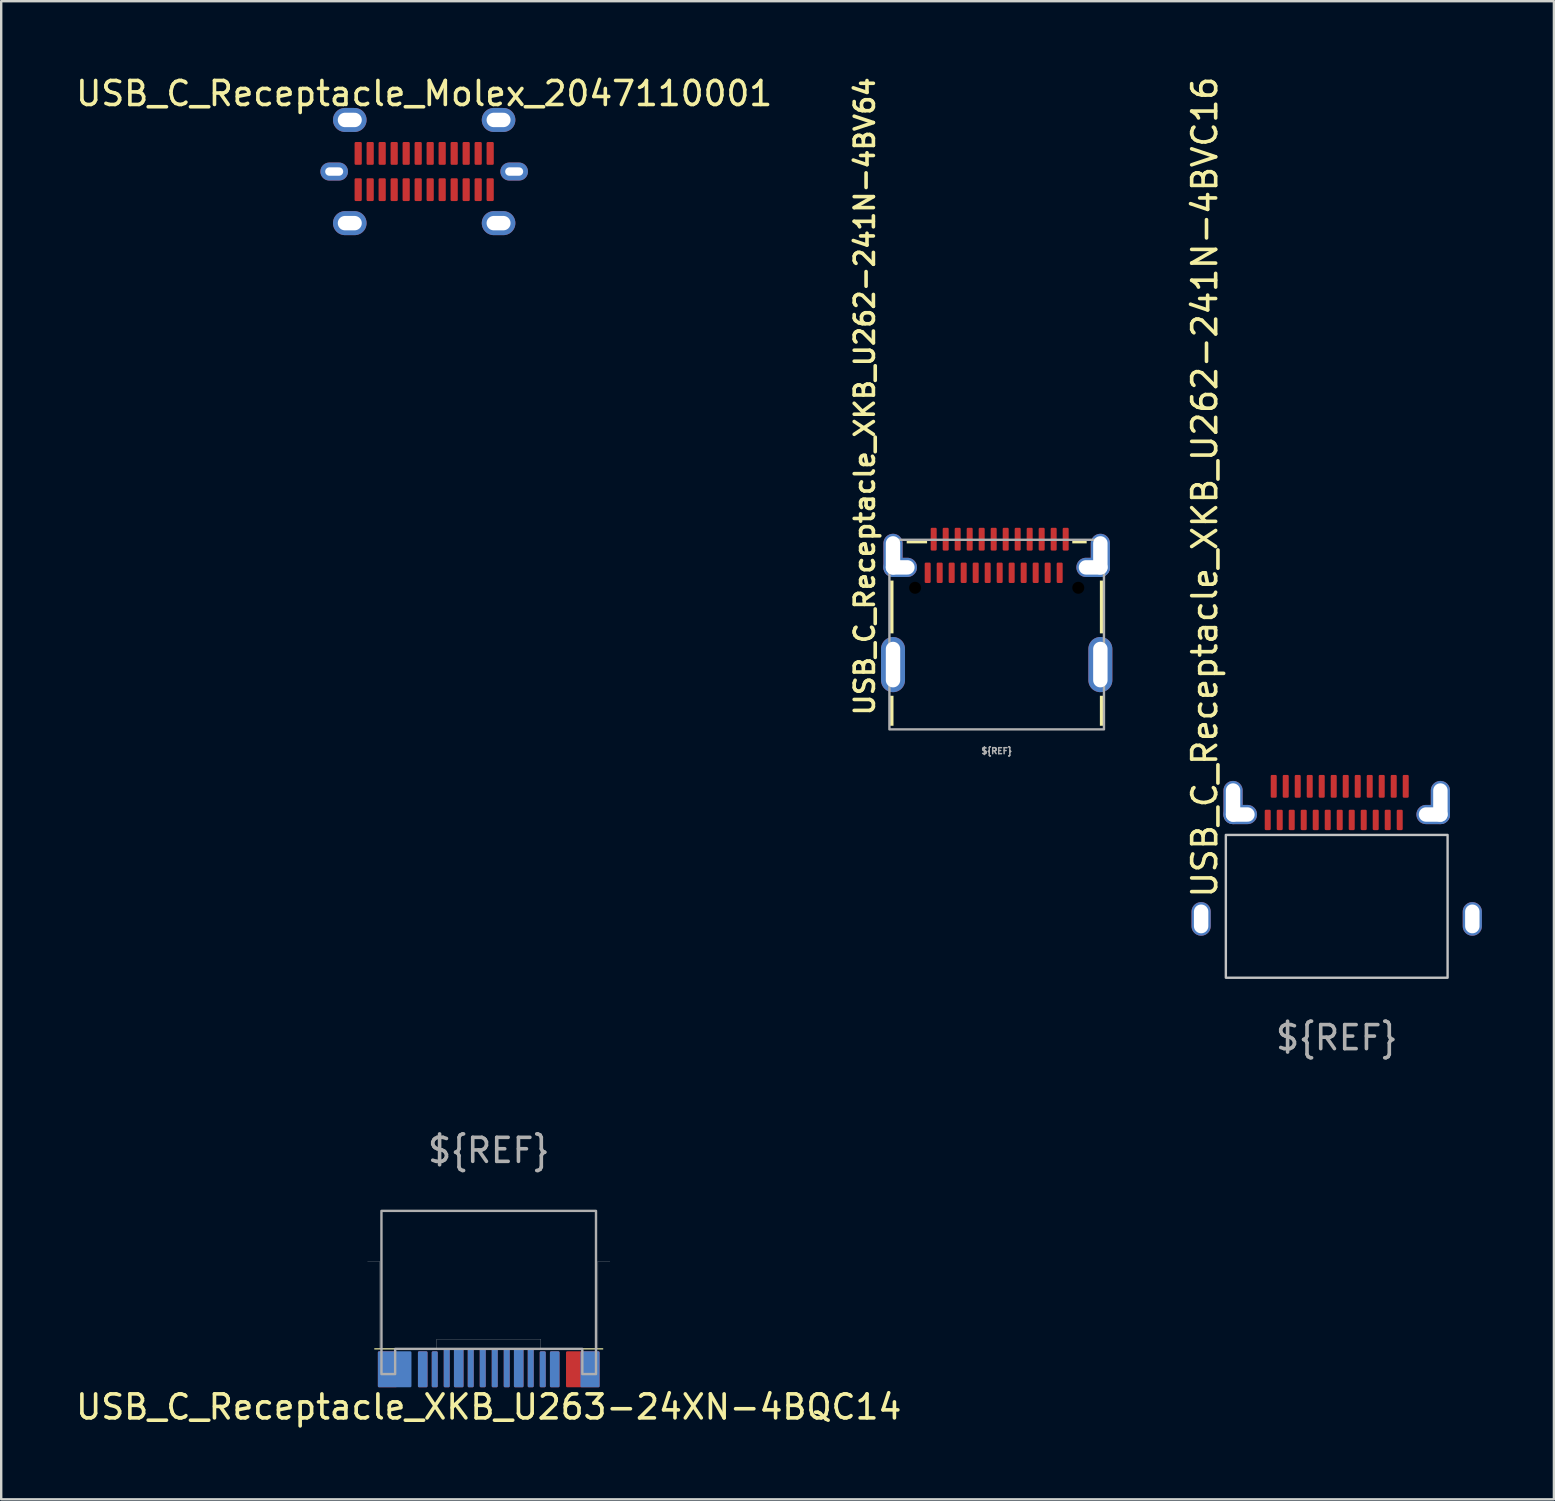
<source format=kicad_pcb>
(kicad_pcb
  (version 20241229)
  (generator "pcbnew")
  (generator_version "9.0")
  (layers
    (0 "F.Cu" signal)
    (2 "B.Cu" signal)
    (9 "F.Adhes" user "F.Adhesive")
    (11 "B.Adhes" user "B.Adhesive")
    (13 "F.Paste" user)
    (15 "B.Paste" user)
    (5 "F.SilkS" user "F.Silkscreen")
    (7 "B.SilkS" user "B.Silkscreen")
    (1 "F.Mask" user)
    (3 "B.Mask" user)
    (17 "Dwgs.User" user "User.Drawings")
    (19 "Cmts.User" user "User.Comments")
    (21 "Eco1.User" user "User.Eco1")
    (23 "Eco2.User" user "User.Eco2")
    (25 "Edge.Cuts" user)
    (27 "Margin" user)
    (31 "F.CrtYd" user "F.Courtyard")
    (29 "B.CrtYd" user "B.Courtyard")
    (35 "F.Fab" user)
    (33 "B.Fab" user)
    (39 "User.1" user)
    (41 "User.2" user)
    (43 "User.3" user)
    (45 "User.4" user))
  (footprint "USB_C_Receptacle_XKB_U263-24XN-4BQC14"
    (layer "F.Cu")
    (at 17.315 53.157)
    (property "Reference" "USB_C_Receptacle_XKB_U263-24XN-4BQC14" (at 0 2.42 0) (unlocked yes) (layer "F.SilkS") (effects (font (size 1 1) (thickness 0.15))))
    (attr smd)
    (fp_line (start -4.75 0) (end 4.75 0) (stroke (width 0.05) (type solid)) (layer "F.SilkS"))
    (fp_line (start -4.55 -3.65) (end -5.05 -3.65) (stroke (width 0.01) (type solid)) (layer "Dwgs.User"))
    (fp_line (start -4.55 0) (end -4.55 -3.65) (stroke (width 0.01) (type solid)) (layer "Dwgs.User"))
    (fp_line (start -4.55 0) (end -2.17 0) (stroke (width 0.01) (type solid)) (layer "Dwgs.User"))
    (fp_line (start -2.17 -0.4) (end 2.17 -0.4) (stroke (width 0.01) (type solid)) (layer "Dwgs.User"))
    (fp_line (start -2.17 0) (end -2.17 -0.4) (stroke (width 0.01) (type solid)) (layer "Dwgs.User"))
    (fp_line (start 2.17 -0.4) (end 2.17 0) (stroke (width 0.01) (type solid)) (layer "Dwgs.User"))
    (fp_line (start 2.17 0) (end 4.55 0) (stroke (width 0.01) (type solid)) (layer "Dwgs.User"))
    (fp_line (start 4.55 -3.65) (end 5.05 -3.65) (stroke (width 0.01) (type solid)) (layer "Dwgs.User"))
    (fp_line (start 4.55 0) (end 4.55 -3.65) (stroke (width 0.01) (type solid)) (layer "Dwgs.User"))
    (fp_poly (pts (xy 4.47 1.05) (xy 3.9 1.05) (xy 3.9 0) (xy -3.9 0) (xy -3.9 1.05) (xy -4.47 1.05) (xy -4.47 -5.75) (xy 4.47 -5.75)) (stroke (width 0.1) (type solid)) (fill no) (layer "F.Fab"))
    (fp_text user "${REF}" (at 0 -8.27 0) (unlocked yes) (layer "F.Fab") (effects (font (size 1 1) (thickness 0.15))))
    (pad "A1" smd roundrect (at 2.75 0.85) (size 0.4 1.5) (layers "F.Cu" "F.Mask" "F.Paste") (roundrect_rratio 0.125))
    (pad "A2" smd roundrect (at 2.25 0.85) (size 0.25 1.5) (layers "F.Cu" "F.Mask" "F.Paste") (roundrect_rratio 0.2))
    (pad "A3" smd roundrect (at 1.75 0.8) (size 0.25 1.6) (layers "F.Cu" "F.Mask" "F.Paste") (roundrect_rratio 0.2))
    (pad "A4" smd roundrect (at 1.25 0.8) (size 0.4 1.6) (layers "F.Cu" "F.Mask" "F.Paste") (roundrect_rratio 0.125))
    (pad "A5" smd roundrect (at 0.75 0.8) (size 0.25 1.6) (layers "F.Cu" "F.Mask" "F.Paste") (roundrect_rratio 0.2))
    (pad "A6" smd roundrect (at 0.25 0.8) (size 0.25 1.6) (layers "F.Cu" "F.Mask" "F.Paste") (roundrect_rratio 0.2))
    (pad "A7" smd roundrect (at -0.25 0.8) (size 0.25 1.6) (layers "F.Cu" "F.Mask" "F.Paste") (roundrect_rratio 0.2))
    (pad "A8" smd roundrect (at -0.75 0.8) (size 0.25 1.6) (layers "F.Cu" "F.Mask" "F.Paste") (roundrect_rratio 0.2))
    (pad "A9" smd roundrect (at -1.25 0.8) (size 0.4 1.6) (layers "F.Cu" "F.Mask" "F.Paste") (roundrect_rratio 0.125))
    (pad "A10" smd roundrect (at -1.75 0.8) (size 0.25 1.6) (layers "F.Cu" "F.Mask" "F.Paste") (roundrect_rratio 0.2))
    (pad "A11" smd roundrect (at -2.25 0.85) (size 0.25 1.5) (layers "F.Cu" "F.Mask" "F.Paste") (roundrect_rratio 0.2))
    (pad "A12" smd roundrect (at -2.75 0.85) (size 0.4 1.5) (layers "F.Cu" "F.Mask" "F.Paste") (roundrect_rratio 0.125))
    (pad "B1" smd roundrect (at -2.75 0.85 180) (size 0.4 1.5) (layers "B.Cu" "B.Mask" "B.Paste") (roundrect_rratio 0.125))
    (pad "B2" smd roundrect (at -2.25 0.85 180) (size 0.25 1.5) (layers "B.Cu" "B.Mask" "B.Paste") (roundrect_rratio 0.2))
    (pad "B3" smd roundrect (at -1.75 0.8 180) (size 0.25 1.6) (layers "B.Cu" "B.Mask" "B.Paste") (roundrect_rratio 0.2))
    (pad "B4" smd roundrect (at -1.25 0.8 180) (size 0.4 1.6) (layers "B.Cu" "B.Mask" "B.Paste") (roundrect_rratio 0.125))
    (pad "B5" smd roundrect (at -0.75 0.8 180) (size 0.25 1.6) (layers "B.Cu" "B.Mask" "B.Paste") (roundrect_rratio 0.2))
    (pad "B6" smd roundrect (at -0.25 0.8 180) (size 0.25 1.6) (layers "B.Cu" "B.Mask" "B.Paste") (roundrect_rratio 0.2))
    (pad "B7" smd roundrect (at 0.25 0.8 180) (size 0.25 1.6) (layers "B.Cu" "B.Mask" "B.Paste") (roundrect_rratio 0.2))
    (pad "B8" smd roundrect (at 0.75 0.8 180) (size 0.25 1.6) (layers "B.Cu" "B.Mask" "B.Paste") (roundrect_rratio 0.2))
    (pad "B9" smd roundrect (at 1.25 0.8 180) (size 0.4 1.6) (layers "B.Cu" "B.Mask" "B.Paste") (roundrect_rratio 0.125))
    (pad "B10" smd roundrect (at 1.75 0.8 180) (size 0.25 1.6) (layers "B.Cu" "B.Mask" "B.Paste") (roundrect_rratio 0.2))
    (pad "B11" smd roundrect (at 2.25 0.85 180) (size 0.25 1.5) (layers "B.Cu" "B.Mask" "B.Paste") (roundrect_rratio 0.2))
    (pad "B12" smd roundrect (at 2.75 0.85 180) (size 0.4 1.5) (layers "B.Cu" "B.Mask" "B.Paste") (roundrect_rratio 0.125))
    (pad "S1" smd roundrect (at -4.22 0.85) (size 0.8 1.5) (layers "F.Cu" "F.Mask" "F.Paste") (roundrect_rratio 0.062))
    (pad "S1" smd roundrect (at -3.92 0.85 180) (size 1.4 1.5) (layers "B.Cu" "B.Mask" "B.Paste") (roundrect_rratio 0.036))
    (pad "S1" smd roundrect (at 3.92 0.85) (size 1.4 1.5) (layers "F.Cu" "F.Mask" "F.Paste") (roundrect_rratio 0.036))
    (pad "S1" smd roundrect (at 4.22 0.85 180) (size 0.8 1.5) (layers "B.Cu" "B.Mask" "B.Paste") (roundrect_rratio 0.062)))
  (footprint "USB_C_Receptacle_Molex_2047110001"
    (layer "F.Cu")
    (at 14.625 4.098)
    (property "Reference" "USB_C_Receptacle_Molex_2047110001" (at 0 -3.25 0) (unlocked yes) (layer "F.SilkS") (effects (font (size 1 1) (thickness 0.15))))
    (attr through_hole)
    (pad "A1" smd roundrect (at -2.75 -0.755) (size 0.3 0.95) (layers "F.Cu" "F.Mask" "F.Paste") (roundrect_rratio 0.167))
    (pad "A2" smd roundrect (at -2.25 -0.755) (size 0.3 0.95) (layers "F.Cu" "F.Mask" "F.Paste") (roundrect_rratio 0.167))
    (pad "A3" smd roundrect (at -1.75 -0.755) (size 0.3 0.95) (layers "F.Cu" "F.Mask" "F.Paste") (roundrect_rratio 0.167))
    (pad "A4" smd roundrect (at -1.25 -0.755) (size 0.3 0.95) (layers "F.Cu" "F.Mask" "F.Paste") (roundrect_rratio 0.167))
    (pad "A5" smd roundrect (at -0.75 -0.755) (size 0.3 0.95) (layers "F.Cu" "F.Mask" "F.Paste") (roundrect_rratio 0.167))
    (pad "A6" smd roundrect (at -0.25 -0.755) (size 0.3 0.95) (layers "F.Cu" "F.Mask" "F.Paste") (roundrect_rratio 0.167))
    (pad "A7" smd roundrect (at 0.25 -0.755) (size 0.3 0.95) (layers "F.Cu" "F.Mask" "F.Paste") (roundrect_rratio 0.167))
    (pad "A8" smd roundrect (at 0.75 -0.755) (size 0.3 0.95) (layers "F.Cu" "F.Mask" "F.Paste") (roundrect_rratio 0.167))
    (pad "A9" smd roundrect (at 1.25 -0.755) (size 0.3 0.95) (layers "F.Cu" "F.Mask" "F.Paste") (roundrect_rratio 0.167))
    (pad "A10" smd roundrect (at 1.75 -0.755) (size 0.3 0.95) (layers "F.Cu" "F.Mask" "F.Paste") (roundrect_rratio 0.167))
    (pad "A11" smd roundrect (at 2.25 -0.755) (size 0.3 0.95) (layers "F.Cu" "F.Mask" "F.Paste") (roundrect_rratio 0.167))
    (pad "A12" smd roundrect (at 2.75 -0.755) (size 0.3 0.95) (layers "F.Cu" "F.Mask" "F.Paste") (roundrect_rratio 0.167))
    (pad "B1" smd roundrect (at 2.75 0.755) (size 0.3 0.95) (layers "F.Cu" "F.Mask" "F.Paste") (roundrect_rratio 0.167))
    (pad "B2" smd roundrect (at 2.25 0.755) (size 0.3 0.95) (layers "F.Cu" "F.Mask" "F.Paste") (roundrect_rratio 0.167))
    (pad "B3" smd roundrect (at 1.75 0.755) (size 0.3 0.95) (layers "F.Cu" "F.Mask" "F.Paste") (roundrect_rratio 0.167))
    (pad "B4" smd roundrect (at 1.25 0.755) (size 0.3 0.95) (layers "F.Cu" "F.Mask" "F.Paste") (roundrect_rratio 0.167))
    (pad "B5" smd roundrect (at 0.75 0.755) (size 0.3 0.95) (layers "F.Cu" "F.Mask" "F.Paste") (roundrect_rratio 0.167))
    (pad "B6" smd roundrect (at 0.25 0.755) (size 0.3 0.95) (layers "F.Cu" "F.Mask" "F.Paste") (roundrect_rratio 0.167))
    (pad "B7" smd roundrect (at -0.25 0.755) (size 0.3 0.95) (layers "F.Cu" "F.Mask" "F.Paste") (roundrect_rratio 0.167))
    (pad "B8" smd roundrect (at -0.75 0.755) (size 0.3 0.95) (layers "F.Cu" "F.Mask" "F.Paste") (roundrect_rratio 0.167))
    (pad "B9" smd roundrect (at -1.25 0.755) (size 0.3 0.95) (layers "F.Cu" "F.Mask" "F.Paste") (roundrect_rratio 0.167))
    (pad "B10" smd roundrect (at -1.75 0.755) (size 0.3 0.95) (layers "F.Cu" "F.Mask" "F.Paste") (roundrect_rratio 0.167))
    (pad "B11" smd roundrect (at -2.25 0.755) (size 0.3 0.95) (layers "F.Cu" "F.Mask" "F.Paste") (roundrect_rratio 0.167))
    (pad "B12" smd roundrect (at -2.75 0.755) (size 0.3 0.95) (layers "F.Cu" "F.Mask" "F.Paste") (roundrect_rratio 0.167))
    (pad "S1" thru_hole oval (at -3.75 0) (size 1.15 0.75) (drill oval 0.75 0.35) (layers "*.Cu" "*.Mask"))
    (pad "S1" thru_hole oval (at -3.1 -2.15) (size 1.4 1) (drill oval 1 0.6) (layers "*.Cu" "*.Mask"))
    (pad "S1" thru_hole oval (at -3.1 2.15) (size 1.4 1) (drill oval 1 0.6) (layers "*.Cu" "*.Mask"))
    (pad "S1" thru_hole oval (at 3.1 -2.15) (size 1.4 1) (drill oval 1 0.6) (layers "*.Cu" "*.Mask"))
    (pad "S1" thru_hole oval (at 3.1 2.15) (size 1.4 1) (drill oval 1 0.6) (layers "*.Cu" "*.Mask"))
    (pad "S1" thru_hole oval (at 3.75 0) (size 1.15 0.75) (drill oval 0.75 0.35) (layers "*.Cu" "*.Mask")))
  (footprint "USB_C_Receptacle_XKB_U262-241N-4BVC16"
    (layer "F.Cu")
    (at 52.65 37.69)
    (property "Reference" "USB_C_Receptacle_XKB_U262-241N-4BVC16" (at -5.5 -3.25 90) (unlocked yes) (layer "F.SilkS") (effects (font (size 1 1) (thickness 0.15)) (justify left)))
    (attr through_hole)
    (fp_poly (pts (xy 4.62 0) (xy -4.62 0) (xy -4.62 -5.95) (xy 4.62 -5.95)) (stroke (width 0.1) (type solid)) (fill no) (layer "Dwgs.User"))
    (fp_text user "${REF}" (at 0 2.5 0) (unlocked yes) (layer "F.Fab") (effects (font (size 1 1) (thickness 0.15))))
    (pad "A1" smd roundrect (at -2.625 -7.975) (size 0.25 0.95) (layers "F.Cu" "F.Mask" "F.Paste") (roundrect_rratio 0.2))
    (pad "A2" smd roundrect (at -2.125 -7.975) (size 0.25 0.95) (layers "F.Cu" "F.Mask" "F.Paste") (roundrect_rratio 0.2))
    (pad "A3" smd roundrect (at -1.625 -7.975) (size 0.25 0.95) (layers "F.Cu" "F.Mask" "F.Paste") (roundrect_rratio 0.2))
    (pad "A4" smd roundrect (at -1.125 -7.975) (size 0.25 0.95) (layers "F.Cu" "F.Mask" "F.Paste") (roundrect_rratio 0.2))
    (pad "A5" smd roundrect (at -0.625 -7.975) (size 0.25 0.95) (layers "F.Cu" "F.Mask" "F.Paste") (roundrect_rratio 0.2))
    (pad "A6" smd roundrect (at -0.125 -7.975) (size 0.25 0.95) (layers "F.Cu" "F.Mask" "F.Paste") (roundrect_rratio 0.2))
    (pad "A7" smd roundrect (at 0.375 -7.975) (size 0.25 0.95) (layers "F.Cu" "F.Mask" "F.Paste") (roundrect_rratio 0.2))
    (pad "A8" smd roundrect (at 0.875 -7.975) (size 0.25 0.95) (layers "F.Cu" "F.Mask" "F.Paste") (roundrect_rratio 0.2))
    (pad "A9" smd roundrect (at 1.375 -7.975) (size 0.25 0.95) (layers "F.Cu" "F.Mask" "F.Paste") (roundrect_rratio 0.2))
    (pad "A10" smd roundrect (at 1.875 -7.975) (size 0.25 0.95) (layers "F.Cu" "F.Mask" "F.Paste") (roundrect_rratio 0.2))
    (pad "A11" smd roundrect (at 2.375 -7.975) (size 0.25 0.95) (layers "F.Cu" "F.Mask" "F.Paste") (roundrect_rratio 0.2))
    (pad "A12" smd roundrect (at 2.875 -7.975) (size 0.25 0.95) (layers "F.Cu" "F.Mask" "F.Paste") (roundrect_rratio 0.2))
    (pad "B1" smd roundrect (at 2.625 -6.575) (size 0.25 0.85) (layers "F.Cu" "F.Mask" "F.Paste") (roundrect_rratio 0.2))
    (pad "B2" smd roundrect (at 2.125 -6.575) (size 0.25 0.85) (layers "F.Cu" "F.Mask" "F.Paste") (roundrect_rratio 0.2))
    (pad "B3" smd roundrect (at 1.625 -6.575) (size 0.25 0.85) (layers "F.Cu" "F.Mask" "F.Paste") (roundrect_rratio 0.2))
    (pad "B4" smd roundrect (at 1.125 -6.575) (size 0.25 0.85) (layers "F.Cu" "F.Mask" "F.Paste") (roundrect_rratio 0.2))
    (pad "B5" smd roundrect (at 0.625 -6.575) (size 0.25 0.85) (layers "F.Cu" "F.Mask" "F.Paste") (roundrect_rratio 0.2))
    (pad "B6" smd roundrect (at 0.125 -6.575) (size 0.25 0.85) (layers "F.Cu" "F.Mask" "F.Paste") (roundrect_rratio 0.2))
    (pad "B7" smd roundrect (at -0.375 -6.575) (size 0.25 0.85) (layers "F.Cu" "F.Mask" "F.Paste") (roundrect_rratio 0.2))
    (pad "B8" smd roundrect (at -0.875 -6.575) (size 0.25 0.85) (layers "F.Cu" "F.Mask" "F.Paste") (roundrect_rratio 0.2))
    (pad "B9" smd roundrect (at -1.375 -6.575) (size 0.25 0.85) (layers "F.Cu" "F.Mask" "F.Paste") (roundrect_rratio 0.2))
    (pad "B10" smd roundrect (at -1.875 -6.575) (size 0.25 0.85) (layers "F.Cu" "F.Mask" "F.Paste") (roundrect_rratio 0.2))
    (pad "B11" smd roundrect (at -2.375 -6.575) (size 0.25 0.85) (layers "F.Cu" "F.Mask" "F.Paste") (roundrect_rratio 0.2))
    (pad "B12" smd roundrect (at -2.875 -6.575) (size 0.25 0.85) (layers "F.Cu" "F.Mask" "F.Paste") (roundrect_rratio 0.2))
    (pad "S1" thru_hole oval (at -5.65 -2.45) (size 0.8 1.4) (drill oval 0.6 1.2) (layers "*.Cu" "*.Mask"))
    (pad "S1" thru_hole oval (at -4.32 -7.3) (size 0.8 1.8) (drill oval 0.6 1.6) (layers "*.Cu" "*.Mask"))
    (pad "S1" thru_hole oval (at -4.02 -6.8) (size 1.4 0.8) (drill oval 1.2 0.6) (layers "*.Cu" "*.Mask"))
    (pad "S1" thru_hole oval (at 4.02 -6.8) (size 1.4 0.8) (drill oval 1.2 0.6) (layers "*.Cu" "*.Mask"))
    (pad "S1" thru_hole oval (at 4.32 -7.3) (size 0.8 1.8) (drill oval 0.6 1.6) (layers "*.Cu" "*.Mask"))
    (pad "S1" thru_hole oval (at 5.65 -2.45) (size 0.8 1.4) (drill oval 0.6 1.2) (layers "*.Cu" "*.Mask")))
  (footprint "USB_C_Receptacle_XKB_U262-241N-4BV64"
    (layer "F.Cu")
    (at 38.481 27.342)
    (property "Reference" "USB_C_Receptacle_XKB_U262-241N-4BV64" (at -5.5 -0.5 90) (unlocked yes) (layer "F.SilkS") (effects (font (size 0.8 0.8) (thickness 0.15)) (justify left)))
    (attr through_hole)
    (fp_rect (start -4.45 -6.2) (end -4.3 -4) (stroke (width 0) (type solid)) (fill yes) (layer "F.SilkS"))
    (fp_rect (start -4.45 -1.4) (end -4.3 -0.15) (stroke (width 0) (type solid)) (fill yes) (layer "F.SilkS"))
    (fp_rect (start -3.75 -7.75) (end -2.9 -7.9) (stroke (width 0) (type solid)) (fill yes) (layer "F.SilkS"))
    (fp_rect (start 3.15 -7.75) (end 3.75 -7.9) (stroke (width 0) (type solid)) (fill yes) (layer "F.SilkS"))
    (fp_rect (start 4.3 -6.2) (end 4.45 -4) (stroke (width 0) (type solid)) (fill yes) (layer "F.SilkS"))
    (fp_rect (start 4.3 -1.4) (end 4.45 -0.15) (stroke (width 0) (type solid)) (fill yes) (layer "F.SilkS"))
    (fp_rect (start -4.47 0) (end 4.47 -7.9) (stroke (width 0.1) (type solid)) (fill no) (layer "F.Fab"))
    (fp_text user "${REF}" (at 0 0.9 0) (unlocked yes) (layer "F.Fab") (effects (font (size 0.25 0.25) (thickness 0.062))))
    (pad "" np_thru_hole circle (at -3.4 -5.9) (size 0.7 0.7) (drill 0.5) (layers "*.Mask"))
    (pad "" np_thru_hole circle (at 3.4 -5.9) (size 0.7 0.7) (drill 0.5) (layers "*.Mask"))
    (pad "A1" smd roundrect (at -2.625 -7.925) (size 0.25 0.95) (layers "F.Cu" "F.Mask" "F.Paste") (roundrect_rratio 0.2))
    (pad "A2" smd roundrect (at -2.125 -7.925) (size 0.25 0.95) (layers "F.Cu" "F.Mask" "F.Paste") (roundrect_rratio 0.2))
    (pad "A3" smd roundrect (at -1.625 -7.925) (size 0.25 0.95) (layers "F.Cu" "F.Mask" "F.Paste") (roundrect_rratio 0.2))
    (pad "A4" smd roundrect (at -1.125 -7.925) (size 0.25 0.95) (layers "F.Cu" "F.Mask" "F.Paste") (roundrect_rratio 0.2))
    (pad "A5" smd roundrect (at -0.625 -7.925) (size 0.25 0.95) (layers "F.Cu" "F.Mask" "F.Paste") (roundrect_rratio 0.2))
    (pad "A6" smd roundrect (at -0.125 -7.925) (size 0.25 0.95) (layers "F.Cu" "F.Mask" "F.Paste") (roundrect_rratio 0.2))
    (pad "A7" smd roundrect (at 0.375 -7.925) (size 0.25 0.95) (layers "F.Cu" "F.Mask" "F.Paste") (roundrect_rratio 0.2))
    (pad "A8" smd roundrect (at 0.875 -7.925) (size 0.25 0.95) (layers "F.Cu" "F.Mask" "F.Paste") (roundrect_rratio 0.2))
    (pad "A9" smd roundrect (at 1.375 -7.925) (size 0.25 0.95) (layers "F.Cu" "F.Mask" "F.Paste") (roundrect_rratio 0.2))
    (pad "A10" smd roundrect (at 1.875 -7.925) (size 0.25 0.95) (layers "F.Cu" "F.Mask" "F.Paste") (roundrect_rratio 0.2))
    (pad "A11" smd roundrect (at 2.375 -7.925) (size 0.25 0.95) (layers "F.Cu" "F.Mask" "F.Paste") (roundrect_rratio 0.2))
    (pad "A12" smd roundrect (at 2.875 -7.925) (size 0.25 0.95) (layers "F.Cu" "F.Mask" "F.Paste") (roundrect_rratio 0.2))
    (pad "B1" smd roundrect (at 2.625 -6.525) (size 0.25 0.85) (layers "F.Cu" "F.Mask" "F.Paste") (roundrect_rratio 0.2))
    (pad "B2" smd roundrect (at 2.125 -6.525) (size 0.25 0.85) (layers "F.Cu" "F.Mask" "F.Paste") (roundrect_rratio 0.2))
    (pad "B3" smd roundrect (at 1.625 -6.525) (size 0.25 0.85) (layers "F.Cu" "F.Mask" "F.Paste") (roundrect_rratio 0.2))
    (pad "B4" smd roundrect (at 1.125 -6.525) (size 0.25 0.85) (layers "F.Cu" "F.Mask" "F.Paste") (roundrect_rratio 0.2))
    (pad "B5" smd roundrect (at 0.625 -6.525) (size 0.25 0.85) (layers "F.Cu" "F.Mask" "F.Paste") (roundrect_rratio 0.2))
    (pad "B6" smd roundrect (at 0.125 -6.525) (size 0.25 0.85) (layers "F.Cu" "F.Mask" "F.Paste") (roundrect_rratio 0.2))
    (pad "B7" smd roundrect (at -0.375 -6.525) (size 0.25 0.85) (layers "F.Cu" "F.Mask" "F.Paste") (roundrect_rratio 0.2))
    (pad "B8" smd roundrect (at -0.875 -6.525) (size 0.25 0.85) (layers "F.Cu" "F.Mask" "F.Paste") (roundrect_rratio 0.2))
    (pad "B9" smd roundrect (at -1.375 -6.525) (size 0.25 0.85) (layers "F.Cu" "F.Mask" "F.Paste") (roundrect_rratio 0.2))
    (pad "B10" smd roundrect (at -1.875 -6.525) (size 0.25 0.85) (layers "F.Cu" "F.Mask" "F.Paste") (roundrect_rratio 0.2))
    (pad "B11" smd roundrect (at -2.375 -6.525) (size 0.25 0.85) (layers "F.Cu" "F.Mask" "F.Paste") (roundrect_rratio 0.2))
    (pad "B12" smd roundrect (at -2.875 -6.525) (size 0.25 0.85) (layers "F.Cu" "F.Mask" "F.Paste") (roundrect_rratio 0.2))
    (pad "S1" thru_hole oval (at -4.32 -7.25) (size 0.8 1.8) (drill oval 0.6 1.6) (layers "*.Cu" "*.Mask"))
    (pad "S1" thru_hole oval (at -4.32 -2.7) (size 1 2.3) (drill oval 0.6 1.9) (layers "*.Cu" "*.Mask") (remove_unused_layers yes) (keep_end_layers yes) (zone_layer_connections))
    (pad "S1" thru_hole oval (at -4.02 -6.75) (size 1.4 0.8) (drill oval 1.2 0.6) (layers "*.Cu" "*.Mask"))
    (pad "S1" thru_hole oval (at 4.02 -6.75) (size 1.4 0.8) (drill oval 1.2 0.6) (layers "*.Cu" "*.Mask"))
    (pad "S1" thru_hole oval (at 4.32 -7.25) (size 0.8 1.8) (drill oval 0.6 1.6) (layers "*.Cu" "*.Mask") (remove_unused_layers yes) (keep_end_layers yes) (zone_layer_connections))
    (pad "S1" thru_hole oval (at 4.32 -2.7) (size 1 2.3) (drill oval 0.6 1.9) (layers "*.Cu" "*.Mask")))
  (gr_rect
    (start -3 -3)
    (end 61.7 59.425)
    (stroke (width 0.1) (type default))
    (fill no)
    (layer "Edge.Cuts")))
</source>
